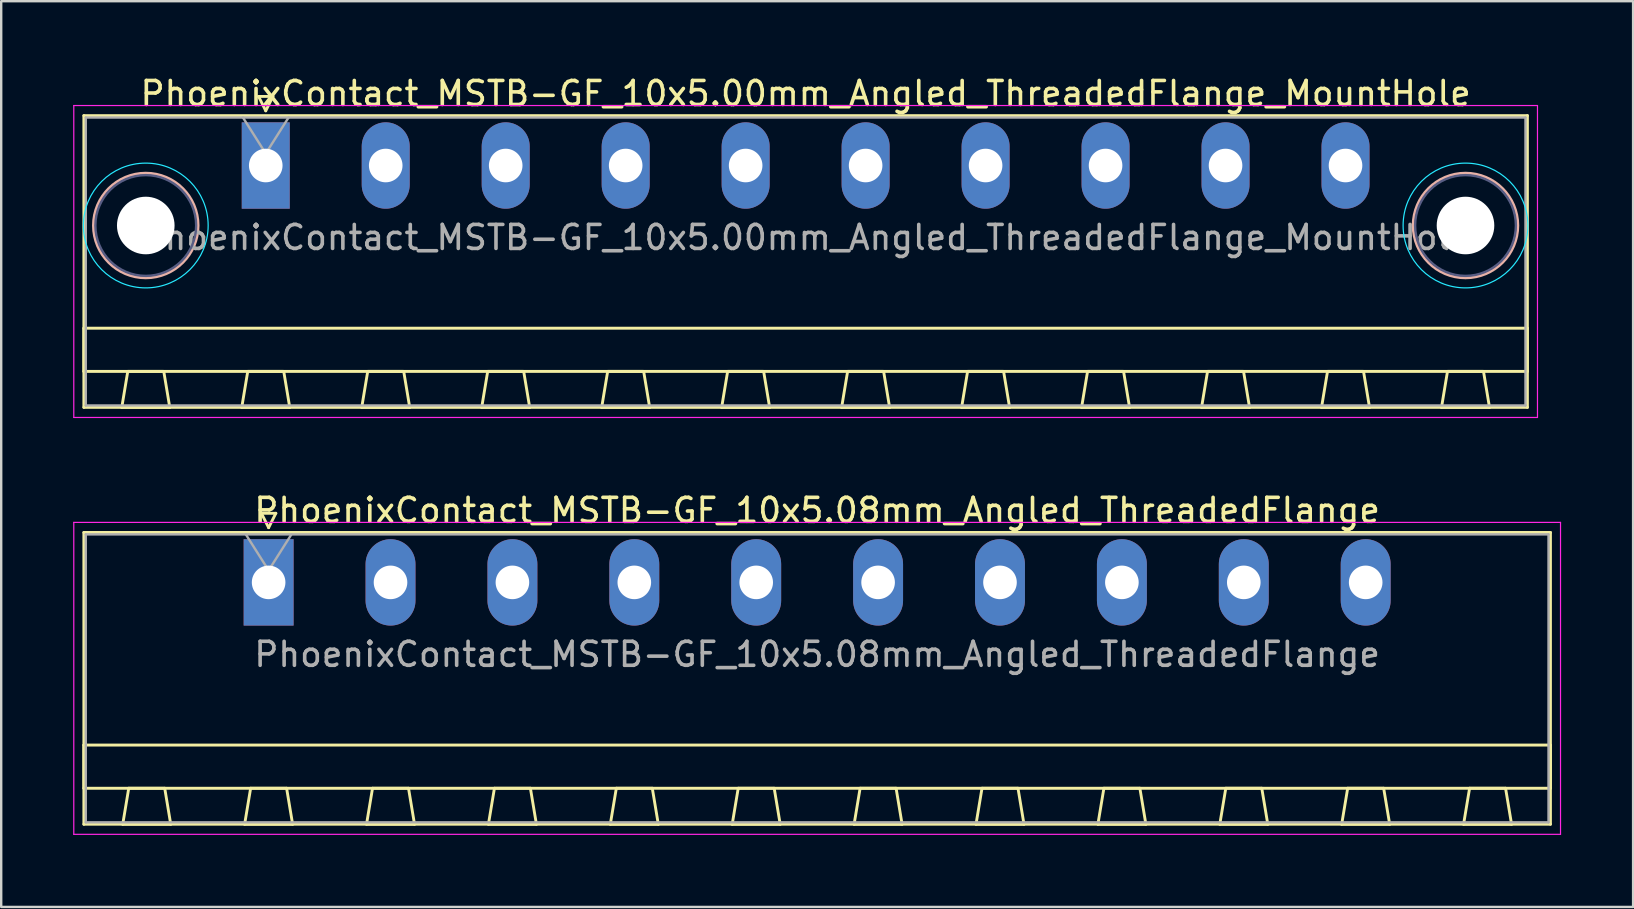
<source format=kicad_pcb>
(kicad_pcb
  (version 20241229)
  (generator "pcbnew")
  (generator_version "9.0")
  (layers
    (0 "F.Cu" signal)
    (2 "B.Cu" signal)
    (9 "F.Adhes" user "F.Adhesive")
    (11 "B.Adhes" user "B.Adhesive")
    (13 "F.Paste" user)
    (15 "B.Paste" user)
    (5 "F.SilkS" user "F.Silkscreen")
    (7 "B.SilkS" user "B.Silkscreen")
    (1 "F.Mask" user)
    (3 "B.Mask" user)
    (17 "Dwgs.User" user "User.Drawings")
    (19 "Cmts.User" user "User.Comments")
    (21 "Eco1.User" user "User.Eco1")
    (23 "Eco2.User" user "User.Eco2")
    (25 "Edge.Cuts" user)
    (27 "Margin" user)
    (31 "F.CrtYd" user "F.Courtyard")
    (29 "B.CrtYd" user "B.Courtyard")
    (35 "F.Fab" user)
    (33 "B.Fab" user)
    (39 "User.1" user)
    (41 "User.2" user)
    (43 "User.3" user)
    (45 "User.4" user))
  (footprint "PhoenixContact_MSTB-GF_10x5.08mm_Angled_ThreadedFlange"
    (layer "F.Cu")
    (at 8.145 21.221)
    (property "Reference" "PhoenixContact_MSTB-GF_10x5.08mm_Angled_ThreadedFlange" (at 22.86 -3 0) (layer "F.SilkS") (effects (font (size 1 1) (thickness 0.15))))
    (attr through_hole)
    (fp_line (start -7.7 -2.08) (end -7.7 10.08) (stroke (width 0.12) (type solid)) (layer "F.SilkS"))
    (fp_line (start -7.7 6.78) (end 53.42 6.78) (stroke (width 0.12) (type solid)) (layer "F.SilkS"))
    (fp_line (start -7.7 8.58) (end -7.7 6.78) (stroke (width 0.12) (type solid)) (layer "F.SilkS"))
    (fp_line (start -7.7 10.08) (end 53.42 10.08) (stroke (width 0.12) (type solid)) (layer "F.SilkS"))
    (fp_line (start -6.08 10.08) (end -4.08 10.08) (stroke (width 0.12) (type solid)) (layer "F.SilkS"))
    (fp_line (start -5.83 8.58) (end -6.08 10.08) (stroke (width 0.12) (type solid)) (layer "F.SilkS"))
    (fp_line (start -4.33 8.58) (end -5.83 8.58) (stroke (width 0.12) (type solid)) (layer "F.SilkS"))
    (fp_line (start -4.08 10.08) (end -4.33 8.58) (stroke (width 0.12) (type solid)) (layer "F.SilkS"))
    (fp_line (start -1 10.08) (end 1 10.08) (stroke (width 0.12) (type solid)) (layer "F.SilkS"))
    (fp_line (start -0.75 8.58) (end -1 10.08) (stroke (width 0.12) (type solid)) (layer "F.SilkS"))
    (fp_line (start -0.3 -2.88) (end 0.3 -2.88) (stroke (width 0.12) (type solid)) (layer "F.SilkS"))
    (fp_line (start 0 -2.28) (end -0.3 -2.88) (stroke (width 0.12) (type solid)) (layer "F.SilkS"))
    (fp_line (start 0.3 -2.88) (end 0 -2.28) (stroke (width 0.12) (type solid)) (layer "F.SilkS"))
    (fp_line (start 0.75 8.58) (end -0.75 8.58) (stroke (width 0.12) (type solid)) (layer "F.SilkS"))
    (fp_line (start 1 10.08) (end 0.75 8.58) (stroke (width 0.12) (type solid)) (layer "F.SilkS"))
    (fp_line (start 4.08 10.08) (end 6.08 10.08) (stroke (width 0.12) (type solid)) (layer "F.SilkS"))
    (fp_line (start 4.33 8.58) (end 4.08 10.08) (stroke (width 0.12) (type solid)) (layer "F.SilkS"))
    (fp_line (start 5.83 8.58) (end 4.33 8.58) (stroke (width 0.12) (type solid)) (layer "F.SilkS"))
    (fp_line (start 6.08 10.08) (end 5.83 8.58) (stroke (width 0.12) (type solid)) (layer "F.SilkS"))
    (fp_line (start 9.16 10.08) (end 11.16 10.08) (stroke (width 0.12) (type solid)) (layer "F.SilkS"))
    (fp_line (start 9.41 8.58) (end 9.16 10.08) (stroke (width 0.12) (type solid)) (layer "F.SilkS"))
    (fp_line (start 10.91 8.58) (end 9.41 8.58) (stroke (width 0.12) (type solid)) (layer "F.SilkS"))
    (fp_line (start 11.16 10.08) (end 10.91 8.58) (stroke (width 0.12) (type solid)) (layer "F.SilkS"))
    (fp_line (start 14.24 10.08) (end 16.24 10.08) (stroke (width 0.12) (type solid)) (layer "F.SilkS"))
    (fp_line (start 14.49 8.58) (end 14.24 10.08) (stroke (width 0.12) (type solid)) (layer "F.SilkS"))
    (fp_line (start 15.99 8.58) (end 14.49 8.58) (stroke (width 0.12) (type solid)) (layer "F.SilkS"))
    (fp_line (start 16.24 10.08) (end 15.99 8.58) (stroke (width 0.12) (type solid)) (layer "F.SilkS"))
    (fp_line (start 19.32 10.08) (end 21.32 10.08) (stroke (width 0.12) (type solid)) (layer "F.SilkS"))
    (fp_line (start 19.57 8.58) (end 19.32 10.08) (stroke (width 0.12) (type solid)) (layer "F.SilkS"))
    (fp_line (start 21.07 8.58) (end 19.57 8.58) (stroke (width 0.12) (type solid)) (layer "F.SilkS"))
    (fp_line (start 21.32 10.08) (end 21.07 8.58) (stroke (width 0.12) (type solid)) (layer "F.SilkS"))
    (fp_line (start 24.4 10.08) (end 26.4 10.08) (stroke (width 0.12) (type solid)) (layer "F.SilkS"))
    (fp_line (start 24.65 8.58) (end 24.4 10.08) (stroke (width 0.12) (type solid)) (layer "F.SilkS"))
    (fp_line (start 26.15 8.58) (end 24.65 8.58) (stroke (width 0.12) (type solid)) (layer "F.SilkS"))
    (fp_line (start 26.4 10.08) (end 26.15 8.58) (stroke (width 0.12) (type solid)) (layer "F.SilkS"))
    (fp_line (start 29.48 10.08) (end 31.48 10.08) (stroke (width 0.12) (type solid)) (layer "F.SilkS"))
    (fp_line (start 29.73 8.58) (end 29.48 10.08) (stroke (width 0.12) (type solid)) (layer "F.SilkS"))
    (fp_line (start 31.23 8.58) (end 29.73 8.58) (stroke (width 0.12) (type solid)) (layer "F.SilkS"))
    (fp_line (start 31.48 10.08) (end 31.23 8.58) (stroke (width 0.12) (type solid)) (layer "F.SilkS"))
    (fp_line (start 34.56 10.08) (end 36.56 10.08) (stroke (width 0.12) (type solid)) (layer "F.SilkS"))
    (fp_line (start 34.81 8.58) (end 34.56 10.08) (stroke (width 0.12) (type solid)) (layer "F.SilkS"))
    (fp_line (start 36.31 8.58) (end 34.81 8.58) (stroke (width 0.12) (type solid)) (layer "F.SilkS"))
    (fp_line (start 36.56 10.08) (end 36.31 8.58) (stroke (width 0.12) (type solid)) (layer "F.SilkS"))
    (fp_line (start 39.64 10.08) (end 41.64 10.08) (stroke (width 0.12) (type solid)) (layer "F.SilkS"))
    (fp_line (start 39.89 8.58) (end 39.64 10.08) (stroke (width 0.12) (type solid)) (layer "F.SilkS"))
    (fp_line (start 41.39 8.58) (end 39.89 8.58) (stroke (width 0.12) (type solid)) (layer "F.SilkS"))
    (fp_line (start 41.64 10.08) (end 41.39 8.58) (stroke (width 0.12) (type solid)) (layer "F.SilkS"))
    (fp_line (start 44.72 10.08) (end 46.72 10.08) (stroke (width 0.12) (type solid)) (layer "F.SilkS"))
    (fp_line (start 44.97 8.58) (end 44.72 10.08) (stroke (width 0.12) (type solid)) (layer "F.SilkS"))
    (fp_line (start 46.47 8.58) (end 44.97 8.58) (stroke (width 0.12) (type solid)) (layer "F.SilkS"))
    (fp_line (start 46.72 10.08) (end 46.47 8.58) (stroke (width 0.12) (type solid)) (layer "F.SilkS"))
    (fp_line (start 49.8 10.08) (end 51.8 10.08) (stroke (width 0.12) (type solid)) (layer "F.SilkS"))
    (fp_line (start 50.05 8.58) (end 49.8 10.08) (stroke (width 0.12) (type solid)) (layer "F.SilkS"))
    (fp_line (start 51.55 8.58) (end 50.05 8.58) (stroke (width 0.12) (type solid)) (layer "F.SilkS"))
    (fp_line (start 51.8 10.08) (end 51.55 8.58) (stroke (width 0.12) (type solid)) (layer "F.SilkS"))
    (fp_line (start 53.42 -2.08) (end -7.7 -2.08) (stroke (width 0.12) (type solid)) (layer "F.SilkS"))
    (fp_line (start 53.42 6.78) (end 53.42 8.58) (stroke (width 0.12) (type solid)) (layer "F.SilkS"))
    (fp_line (start 53.42 8.58) (end -7.7 8.58) (stroke (width 0.12) (type solid)) (layer "F.SilkS"))
    (fp_line (start 53.42 10.08) (end 53.42 -2.08) (stroke (width 0.12) (type solid)) (layer "F.SilkS"))
    (fp_line (start -8.12 -2.5) (end -8.12 10.5) (stroke (width 0.05) (type solid)) (layer "F.CrtYd"))
    (fp_line (start -8.12 10.5) (end 53.84 10.5) (stroke (width 0.05) (type solid)) (layer "F.CrtYd"))
    (fp_line (start 53.84 -2.5) (end -8.12 -2.5) (stroke (width 0.05) (type solid)) (layer "F.CrtYd"))
    (fp_line (start 53.84 10.5) (end 53.84 -2.5) (stroke (width 0.05) (type solid)) (layer "F.CrtYd"))
    (fp_line (start -7.62 -2) (end -7.62 10) (stroke (width 0.1) (type solid)) (layer "F.Fab"))
    (fp_line (start -7.62 10) (end 53.34 10) (stroke (width 0.1) (type solid)) (layer "F.Fab"))
    (fp_line (start 0 -0.5) (end -0.95 -2) (stroke (width 0.1) (type solid)) (layer "F.Fab"))
    (fp_line (start 0.95 -2) (end 0 -0.5) (stroke (width 0.1) (type solid)) (layer "F.Fab"))
    (fp_line (start 53.34 -2) (end -7.62 -2) (stroke (width 0.1) (type solid)) (layer "F.Fab"))
    (fp_line (start 53.34 10) (end 53.34 -2) (stroke (width 0.1) (type solid)) (layer "F.Fab"))
    (fp_text user "${REFERENCE}" (at 22.86 3 0) (layer "F.Fab") (effects (font (size 1 1) (thickness 0.15))))
    (pad "1" thru_hole rect (at 0 0) (size 2.08 3.6) (drill 1.4) (layers "*.Cu" "*.Mask"))
    (pad "2" thru_hole oval (at 5.08 0) (size 2.08 3.6) (drill 1.4) (layers "*.Cu" "*.Mask"))
    (pad "3" thru_hole oval (at 10.16 0) (size 2.08 3.6) (drill 1.4) (layers "*.Cu" "*.Mask"))
    (pad "4" thru_hole oval (at 15.24 0) (size 2.08 3.6) (drill 1.4) (layers "*.Cu" "*.Mask"))
    (pad "5" thru_hole oval (at 20.32 0) (size 2.08 3.6) (drill 1.4) (layers "*.Cu" "*.Mask"))
    (pad "6" thru_hole oval (at 25.4 0) (size 2.08 3.6) (drill 1.4) (layers "*.Cu" "*.Mask"))
    (pad "7" thru_hole oval (at 30.48 0) (size 2.08 3.6) (drill 1.4) (layers "*.Cu" "*.Mask"))
    (pad "8" thru_hole oval (at 35.56 0) (size 2.08 3.6) (drill 1.4) (layers "*.Cu" "*.Mask"))
    (pad "9" thru_hole oval (at 40.64 0) (size 2.08 3.6) (drill 1.4) (layers "*.Cu" "*.Mask"))
    (pad "10" thru_hole oval (at 45.72 0) (size 2.08 3.6) (drill 1.4) (layers "*.Cu" "*.Mask")))
  (footprint "PhoenixContact_MSTB-GF_10x5.00mm_Angled_ThreadedFlange_MountHole"
    (layer "F.Cu")
    (at 8.025 3.848)
    (property "Reference" "PhoenixContact_MSTB-GF_10x5.00mm_Angled_ThreadedFlange_MountHole" (at 22.5 -3 0) (layer "F.SilkS") (effects (font (size 1 1) (thickness 0.15))))
    (attr through_hole)
    (fp_line (start -7.58 -2.08) (end -7.58 10.08) (stroke (width 0.12) (type solid)) (layer "F.SilkS"))
    (fp_line (start -7.58 6.78) (end 52.58 6.78) (stroke (width 0.12) (type solid)) (layer "F.SilkS"))
    (fp_line (start -7.58 8.58) (end -7.58 6.78) (stroke (width 0.12) (type solid)) (layer "F.SilkS"))
    (fp_line (start -7.58 10.08) (end 52.58 10.08) (stroke (width 0.12) (type solid)) (layer "F.SilkS"))
    (fp_line (start -6 10.08) (end -4 10.08) (stroke (width 0.12) (type solid)) (layer "F.SilkS"))
    (fp_line (start -5.75 8.58) (end -6 10.08) (stroke (width 0.12) (type solid)) (layer "F.SilkS"))
    (fp_line (start -4.25 8.58) (end -5.75 8.58) (stroke (width 0.12) (type solid)) (layer "F.SilkS"))
    (fp_line (start -4 10.08) (end -4.25 8.58) (stroke (width 0.12) (type solid)) (layer "F.SilkS"))
    (fp_line (start -1 10.08) (end 1 10.08) (stroke (width 0.12) (type solid)) (layer "F.SilkS"))
    (fp_line (start -0.75 8.58) (end -1 10.08) (stroke (width 0.12) (type solid)) (layer "F.SilkS"))
    (fp_line (start -0.3 -2.88) (end 0.3 -2.88) (stroke (width 0.12) (type solid)) (layer "F.SilkS"))
    (fp_line (start 0 -2.28) (end -0.3 -2.88) (stroke (width 0.12) (type solid)) (layer "F.SilkS"))
    (fp_line (start 0.3 -2.88) (end 0 -2.28) (stroke (width 0.12) (type solid)) (layer "F.SilkS"))
    (fp_line (start 0.75 8.58) (end -0.75 8.58) (stroke (width 0.12) (type solid)) (layer "F.SilkS"))
    (fp_line (start 1 10.08) (end 0.75 8.58) (stroke (width 0.12) (type solid)) (layer "F.SilkS"))
    (fp_line (start 4 10.08) (end 6 10.08) (stroke (width 0.12) (type solid)) (layer "F.SilkS"))
    (fp_line (start 4.25 8.58) (end 4 10.08) (stroke (width 0.12) (type solid)) (layer "F.SilkS"))
    (fp_line (start 5.75 8.58) (end 4.25 8.58) (stroke (width 0.12) (type solid)) (layer "F.SilkS"))
    (fp_line (start 6 10.08) (end 5.75 8.58) (stroke (width 0.12) (type solid)) (layer "F.SilkS"))
    (fp_line (start 9 10.08) (end 11 10.08) (stroke (width 0.12) (type solid)) (layer "F.SilkS"))
    (fp_line (start 9.25 8.58) (end 9 10.08) (stroke (width 0.12) (type solid)) (layer "F.SilkS"))
    (fp_line (start 10.75 8.58) (end 9.25 8.58) (stroke (width 0.12) (type solid)) (layer "F.SilkS"))
    (fp_line (start 11 10.08) (end 10.75 8.58) (stroke (width 0.12) (type solid)) (layer "F.SilkS"))
    (fp_line (start 14 10.08) (end 16 10.08) (stroke (width 0.12) (type solid)) (layer "F.SilkS"))
    (fp_line (start 14.25 8.58) (end 14 10.08) (stroke (width 0.12) (type solid)) (layer "F.SilkS"))
    (fp_line (start 15.75 8.58) (end 14.25 8.58) (stroke (width 0.12) (type solid)) (layer "F.SilkS"))
    (fp_line (start 16 10.08) (end 15.75 8.58) (stroke (width 0.12) (type solid)) (layer "F.SilkS"))
    (fp_line (start 19 10.08) (end 21 10.08) (stroke (width 0.12) (type solid)) (layer "F.SilkS"))
    (fp_line (start 19.25 8.58) (end 19 10.08) (stroke (width 0.12) (type solid)) (layer "F.SilkS"))
    (fp_line (start 20.75 8.58) (end 19.25 8.58) (stroke (width 0.12) (type solid)) (layer "F.SilkS"))
    (fp_line (start 21 10.08) (end 20.75 8.58) (stroke (width 0.12) (type solid)) (layer "F.SilkS"))
    (fp_line (start 24 10.08) (end 26 10.08) (stroke (width 0.12) (type solid)) (layer "F.SilkS"))
    (fp_line (start 24.25 8.58) (end 24 10.08) (stroke (width 0.12) (type solid)) (layer "F.SilkS"))
    (fp_line (start 25.75 8.58) (end 24.25 8.58) (stroke (width 0.12) (type solid)) (layer "F.SilkS"))
    (fp_line (start 26 10.08) (end 25.75 8.58) (stroke (width 0.12) (type solid)) (layer "F.SilkS"))
    (fp_line (start 29 10.08) (end 31 10.08) (stroke (width 0.12) (type solid)) (layer "F.SilkS"))
    (fp_line (start 29.25 8.58) (end 29 10.08) (stroke (width 0.12) (type solid)) (layer "F.SilkS"))
    (fp_line (start 30.75 8.58) (end 29.25 8.58) (stroke (width 0.12) (type solid)) (layer "F.SilkS"))
    (fp_line (start 31 10.08) (end 30.75 8.58) (stroke (width 0.12) (type solid)) (layer "F.SilkS"))
    (fp_line (start 34 10.08) (end 36 10.08) (stroke (width 0.12) (type solid)) (layer "F.SilkS"))
    (fp_line (start 34.25 8.58) (end 34 10.08) (stroke (width 0.12) (type solid)) (layer "F.SilkS"))
    (fp_line (start 35.75 8.58) (end 34.25 8.58) (stroke (width 0.12) (type solid)) (layer "F.SilkS"))
    (fp_line (start 36 10.08) (end 35.75 8.58) (stroke (width 0.12) (type solid)) (layer "F.SilkS"))
    (fp_line (start 39 10.08) (end 41 10.08) (stroke (width 0.12) (type solid)) (layer "F.SilkS"))
    (fp_line (start 39.25 8.58) (end 39 10.08) (stroke (width 0.12) (type solid)) (layer "F.SilkS"))
    (fp_line (start 40.75 8.58) (end 39.25 8.58) (stroke (width 0.12) (type solid)) (layer "F.SilkS"))
    (fp_line (start 41 10.08) (end 40.75 8.58) (stroke (width 0.12) (type solid)) (layer "F.SilkS"))
    (fp_line (start 44 10.08) (end 46 10.08) (stroke (width 0.12) (type solid)) (layer "F.SilkS"))
    (fp_line (start 44.25 8.58) (end 44 10.08) (stroke (width 0.12) (type solid)) (layer "F.SilkS"))
    (fp_line (start 45.75 8.58) (end 44.25 8.58) (stroke (width 0.12) (type solid)) (layer "F.SilkS"))
    (fp_line (start 46 10.08) (end 45.75 8.58) (stroke (width 0.12) (type solid)) (layer "F.SilkS"))
    (fp_line (start 49 10.08) (end 51 10.08) (stroke (width 0.12) (type solid)) (layer "F.SilkS"))
    (fp_line (start 49.25 8.58) (end 49 10.08) (stroke (width 0.12) (type solid)) (layer "F.SilkS"))
    (fp_line (start 50.75 8.58) (end 49.25 8.58) (stroke (width 0.12) (type solid)) (layer "F.SilkS"))
    (fp_line (start 51 10.08) (end 50.75 8.58) (stroke (width 0.12) (type solid)) (layer "F.SilkS"))
    (fp_line (start 52.58 -2.08) (end -7.58 -2.08) (stroke (width 0.12) (type solid)) (layer "F.SilkS"))
    (fp_line (start 52.58 6.78) (end 52.58 8.58) (stroke (width 0.12) (type solid)) (layer "F.SilkS"))
    (fp_line (start 52.58 8.58) (end -7.58 8.58) (stroke (width 0.12) (type solid)) (layer "F.SilkS"))
    (fp_line (start 52.58 10.08) (end 52.58 -2.08) (stroke (width 0.12) (type solid)) (layer "F.SilkS"))
    (fp_circle (center -5 2.5) (end -2.82 2.5) (stroke (width 0.12) (type solid)) (fill no) (layer "B.SilkS"))
    (fp_circle (center 50 2.5) (end 52.18 2.5) (stroke (width 0.12) (type solid)) (fill no) (layer "B.SilkS"))
    (fp_circle (center -5 2.5) (end -2.4 2.5) (stroke (width 0.05) (type solid)) (fill no) (layer "B.CrtYd"))
    (fp_circle (center 50 2.5) (end 52.6 2.5) (stroke (width 0.05) (type solid)) (fill no) (layer "B.CrtYd"))
    (fp_line (start -8 -2.5) (end -8 10.5) (stroke (width 0.05) (type solid)) (layer "F.CrtYd"))
    (fp_line (start -8 10.5) (end 53 10.5) (stroke (width 0.05) (type solid)) (layer "F.CrtYd"))
    (fp_line (start 53 -2.5) (end -8 -2.5) (stroke (width 0.05) (type solid)) (layer "F.CrtYd"))
    (fp_line (start 53 10.5) (end 53 -2.5) (stroke (width 0.05) (type solid)) (layer "F.CrtYd"))
    (fp_circle (center -5 2.5) (end -2.9 2.5) (stroke (width 0.1) (type solid)) (fill no) (layer "B.Fab"))
    (fp_circle (center 50 2.5) (end 52.1 2.5) (stroke (width 0.1) (type solid)) (fill no) (layer "B.Fab"))
    (fp_line (start -7.5 -2) (end -7.5 10) (stroke (width 0.1) (type solid)) (layer "F.Fab"))
    (fp_line (start -7.5 10) (end 52.5 10) (stroke (width 0.1) (type solid)) (layer "F.Fab"))
    (fp_line (start 0 -0.5) (end -0.95 -2) (stroke (width 0.1) (type solid)) (layer "F.Fab"))
    (fp_line (start 0.95 -2) (end 0 -0.5) (stroke (width 0.1) (type solid)) (layer "F.Fab"))
    (fp_line (start 52.5 -2) (end -7.5 -2) (stroke (width 0.1) (type solid)) (layer "F.Fab"))
    (fp_line (start 52.5 10) (end 52.5 -2) (stroke (width 0.1) (type solid)) (layer "F.Fab"))
    (fp_text user "${REFERENCE}" (at 22.5 3 0) (layer "F.Fab") (effects (font (size 1 1) (thickness 0.15))))
    (pad "" np_thru_hole circle (at -5 2.5) (size 2.4 2.4) (drill 2.4) (layers "*.Cu" "*.Mask"))
    (pad "" np_thru_hole circle (at 50 2.5) (size 2.4 2.4) (drill 2.4) (layers "*.Cu" "*.Mask"))
    (pad "1" thru_hole rect (at 0 0) (size 2 3.6) (drill 1.4) (layers "*.Cu" "*.Mask"))
    (pad "2" thru_hole oval (at 5 0) (size 2 3.6) (drill 1.4) (layers "*.Cu" "*.Mask"))
    (pad "3" thru_hole oval (at 10 0) (size 2 3.6) (drill 1.4) (layers "*.Cu" "*.Mask"))
    (pad "4" thru_hole oval (at 15 0) (size 2 3.6) (drill 1.4) (layers "*.Cu" "*.Mask"))
    (pad "5" thru_hole oval (at 20 0) (size 2 3.6) (drill 1.4) (layers "*.Cu" "*.Mask"))
    (pad "6" thru_hole oval (at 25 0) (size 2 3.6) (drill 1.4) (layers "*.Cu" "*.Mask"))
    (pad "7" thru_hole oval (at 30 0) (size 2 3.6) (drill 1.4) (layers "*.Cu" "*.Mask"))
    (pad "8" thru_hole oval (at 35 0) (size 2 3.6) (drill 1.4) (layers "*.Cu" "*.Mask"))
    (pad "9" thru_hole oval (at 40 0) (size 2 3.6) (drill 1.4) (layers "*.Cu" "*.Mask"))
    (pad "10" thru_hole oval (at 45 0) (size 2 3.6) (drill 1.4) (layers "*.Cu" "*.Mask")))
  (gr_rect
    (start -3 -3)
    (end 65.01 34.746)
    (stroke (width 0.1) (type default))
    (fill no)
    (layer "Edge.Cuts")))
</source>
